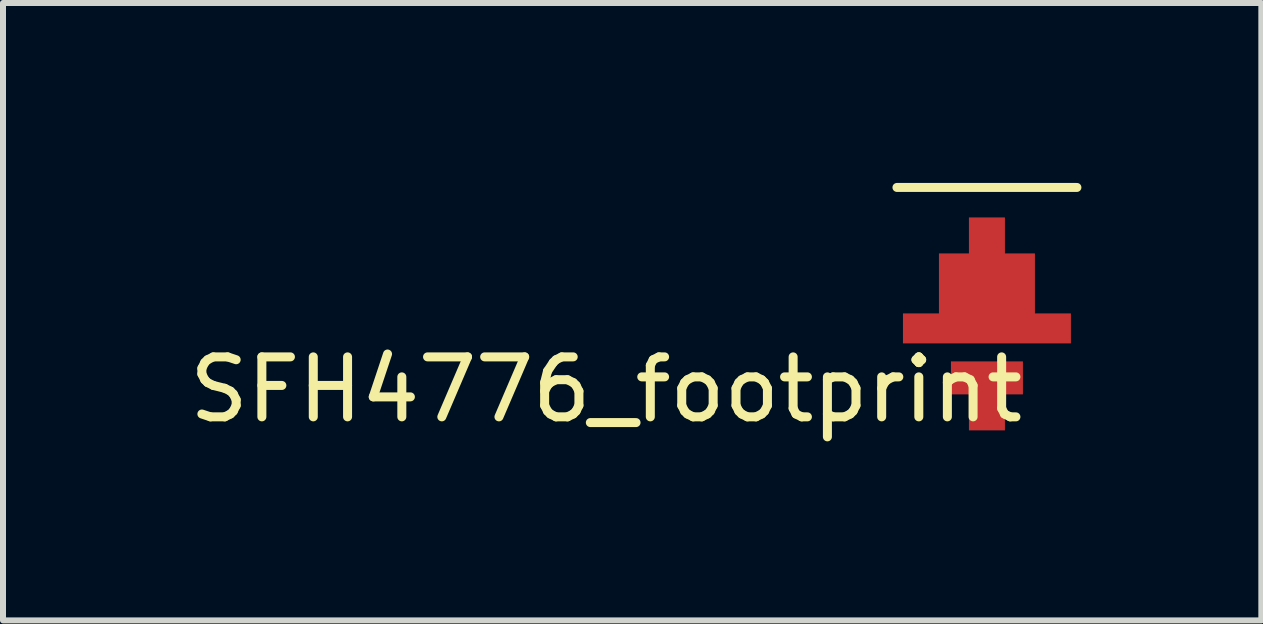
<source format=kicad_pcb>
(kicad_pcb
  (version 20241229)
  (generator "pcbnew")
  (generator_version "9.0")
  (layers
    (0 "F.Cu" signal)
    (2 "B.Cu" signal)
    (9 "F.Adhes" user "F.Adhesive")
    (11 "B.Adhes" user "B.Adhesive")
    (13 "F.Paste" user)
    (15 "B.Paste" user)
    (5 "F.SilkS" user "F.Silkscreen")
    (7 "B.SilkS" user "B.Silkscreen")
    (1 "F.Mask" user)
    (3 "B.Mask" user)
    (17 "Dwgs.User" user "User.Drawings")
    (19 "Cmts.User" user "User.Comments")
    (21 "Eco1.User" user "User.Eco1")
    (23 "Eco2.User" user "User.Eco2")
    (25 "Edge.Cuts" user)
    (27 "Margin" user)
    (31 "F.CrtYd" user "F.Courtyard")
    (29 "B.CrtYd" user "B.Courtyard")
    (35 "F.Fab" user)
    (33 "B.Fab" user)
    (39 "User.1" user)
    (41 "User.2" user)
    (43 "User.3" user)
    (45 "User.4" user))
  (footprint "SFH4776_footprint"
    (layer "F.Cu")
    (at 13.404 2.175)
    (property "Reference" "SFH4776_footprint" (at -6.35 1.27 0) (layer "F.SilkS") (effects (font (size 1 1) (thickness 0.15))))
    (attr through_hole)
    (fp_line (start 1.5 -2.1) (end -1.5 -2.1) (stroke (width 0.15) (type solid)) (layer "F.SilkS"))
    (pad "1" smd rect (at 0 -1.25) (size 0.6 0.7) (layers "F.Cu" "F.Mask" "F.Paste"))
    (pad "1" smd rect (at 0 -0.45) (size 1.6 1.1) (layers "F.Cu" "F.Mask" "F.Paste"))
    (pad "1" smd rect (at 0 0.25) (size 2.8 0.5) (layers "F.Cu" "F.Mask" "F.Paste"))
    (pad "2" smd rect (at 0 1.075) (size 1.2 0.55) (layers "F.Cu" "F.Mask" "F.Paste"))
    (pad "2" smd rect (at 0 1.6) (size 0.6 0.7) (layers "F.Cu" "F.Mask" "F.Paste")))
  (gr_rect
    (start -3 -3)
    (end 17.979 7.293)
    (stroke (width 0.1) (type default))
    (fill no)
    (layer "Edge.Cuts")))
</source>
